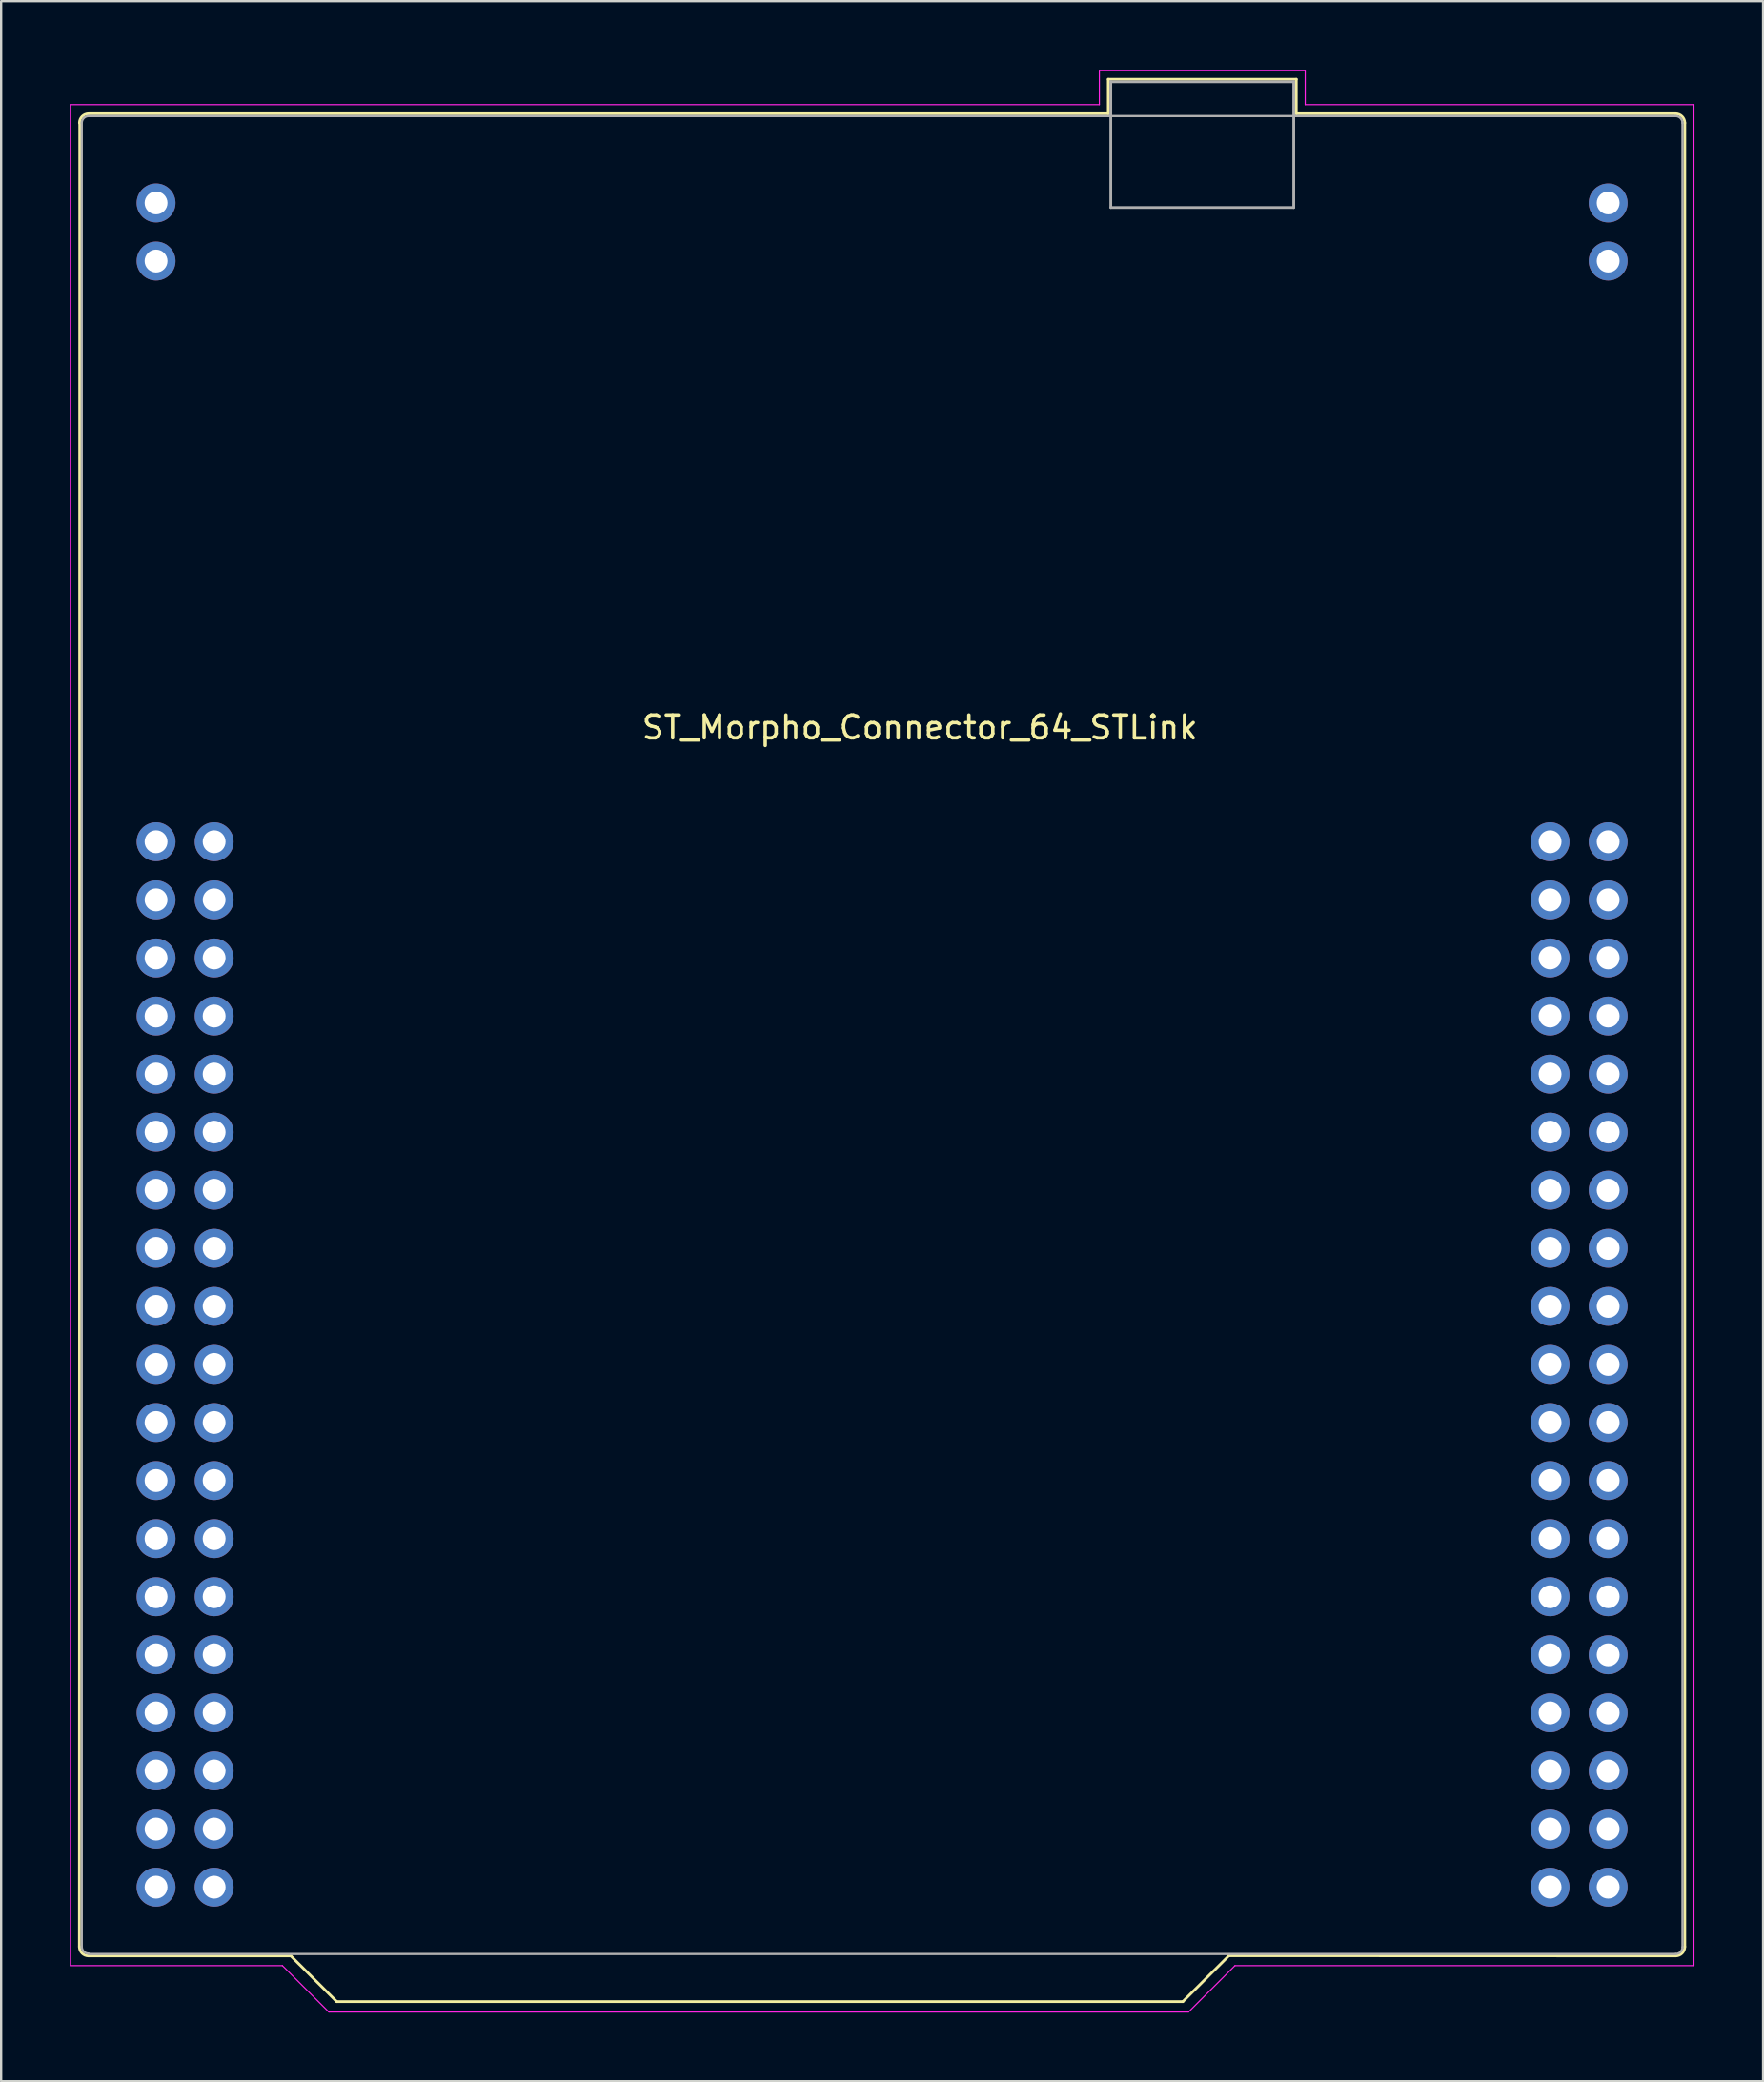
<source format=kicad_pcb>
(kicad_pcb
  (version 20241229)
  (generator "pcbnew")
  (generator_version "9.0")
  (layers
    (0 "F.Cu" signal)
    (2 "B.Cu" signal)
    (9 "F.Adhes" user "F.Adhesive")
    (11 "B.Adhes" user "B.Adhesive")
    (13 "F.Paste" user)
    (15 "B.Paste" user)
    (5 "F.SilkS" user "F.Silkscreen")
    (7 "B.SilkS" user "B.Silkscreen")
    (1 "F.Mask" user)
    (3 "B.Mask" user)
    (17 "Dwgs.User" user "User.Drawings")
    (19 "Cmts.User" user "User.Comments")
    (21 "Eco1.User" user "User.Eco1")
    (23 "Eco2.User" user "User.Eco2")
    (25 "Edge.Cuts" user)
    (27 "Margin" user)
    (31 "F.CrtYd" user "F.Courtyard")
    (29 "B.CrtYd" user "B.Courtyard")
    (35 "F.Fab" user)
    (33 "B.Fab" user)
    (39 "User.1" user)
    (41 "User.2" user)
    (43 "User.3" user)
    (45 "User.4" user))
  (footprint "ST_Morpho_Connector_64_STLink"
    (layer "F.Cu")
    (at 3.775 74.409)
    (property "Reference" "ST_Morpho_Connector_64_STLink" (at 33.401 -45.644 0) (layer "F.SilkS") (effects (font (size 1 1) (thickness 0.15))))
    (attr through_hole)
    (fp_line (start -3.337 -72.084) (end -3.353 7.684) (stroke (width 0.12) (type solid)) (layer "F.SilkS"))
    (fp_line (start -2.953 8.084) (end 5.893 8.084) (stroke (width 0.12) (type solid)) (layer "F.SilkS"))
    (fp_line (start 7.9 10.084) (end 5.893 8.084) (stroke (width 0.12) (type solid)) (layer "F.SilkS"))
    (fp_line (start 7.9 10.084) (end 44.9 10.084) (stroke (width 0.12) (type solid)) (layer "F.SilkS"))
    (fp_line (start 41.64 -73.993) (end 49.86 -73.993) (stroke (width 0.12) (type solid)) (layer "F.SilkS"))
    (fp_line (start 41.64 -72.484) (end -2.95 -72.484) (stroke (width 0.12) (type solid)) (layer "F.SilkS"))
    (fp_line (start 41.64 -72.484) (end 41.64 -73.993) (stroke (width 0.12) (type solid)) (layer "F.SilkS"))
    (fp_line (start 44.9 10.084) (end 46.914 8.077) (stroke (width 0.12) (type solid)) (layer "F.SilkS"))
    (fp_line (start 46.914 8.077) (end 66.45 8.084) (stroke (width 0.12) (type solid)) (layer "F.SilkS"))
    (fp_line (start 49.86 -73.993) (end 49.86 -72.484) (stroke (width 0.12) (type solid)) (layer "F.SilkS"))
    (fp_line (start 49.86 -72.484) (end 66.45 -72.484) (stroke (width 0.12) (type solid)) (layer "F.SilkS"))
    (fp_line (start 66.85 7.684) (end 66.85 -72.084) (stroke (width 0.12) (type solid)) (layer "F.SilkS"))
    (fp_arc (start -3.35 -72.0835) (mid -3.232843 -72.366343) (end -2.95 -72.4835) (stroke (width 0.12) (type solid)) (layer "F.SilkS"))
    (fp_arc (start -2.9528 8.0835) (mid -3.235643 7.966343) (end -3.3528 7.6835) (stroke (width 0.12) (type solid)) (layer "F.SilkS"))
    (fp_arc (start 66.45 -72.4835) (mid 66.732843 -72.366343) (end 66.85 -72.0835) (stroke (width 0.12) (type solid)) (layer "F.SilkS"))
    (fp_arc (start 66.85 7.6835) (mid 66.732843 7.966343) (end 66.45 8.0835) (stroke (width 0.12) (type solid)) (layer "F.SilkS"))
    (fp_line (start -3.75 -72.883) (end -3.747 8.509) (stroke (width 0.05) (type solid)) (layer "F.CrtYd"))
    (fp_line (start -3.747 8.509) (end 5.524 8.509) (stroke (width 0.05) (type solid)) (layer "F.CrtYd"))
    (fp_line (start 5.524 8.509) (end 7.556 10.541) (stroke (width 0.05) (type solid)) (layer "F.CrtYd"))
    (fp_line (start 7.556 10.541) (end 45.148 10.541) (stroke (width 0.05) (type solid)) (layer "F.CrtYd"))
    (fp_line (start 41.25 -74.383) (end 50.25 -74.383) (stroke (width 0.05) (type solid)) (layer "F.CrtYd"))
    (fp_line (start 41.25 -72.883) (end -3.75 -72.883) (stroke (width 0.05) (type solid)) (layer "F.CrtYd"))
    (fp_line (start 41.25 -72.883) (end 41.25 -74.383) (stroke (width 0.05) (type solid)) (layer "F.CrtYd"))
    (fp_line (start 47.181 8.509) (end 45.148 10.541) (stroke (width 0.05) (type solid)) (layer "F.CrtYd"))
    (fp_line (start 50.25 -72.883) (end 50.25 -74.383) (stroke (width 0.05) (type solid)) (layer "F.CrtYd"))
    (fp_line (start 50.25 -72.883) (end 67.25 -72.883) (stroke (width 0.05) (type solid)) (layer "F.CrtYd"))
    (fp_line (start 67.246 8.509) (end 47.181 8.509) (stroke (width 0.05) (type solid)) (layer "F.CrtYd"))
    (fp_line (start 67.25 8.509) (end 67.25 -72.883) (stroke (width 0.05) (type solid)) (layer "F.CrtYd"))
    (fp_line (start -3.25 7.684) (end -3.25 -72.084) (stroke (width 0.1) (type solid)) (layer "F.Fab"))
    (fp_line (start 41.75 -73.883) (end 49.75 -73.883) (stroke (width 0.12) (type solid)) (layer "F.Fab"))
    (fp_line (start 41.75 -68.383) (end 41.75 -73.883) (stroke (width 0.12) (type solid)) (layer "F.Fab"))
    (fp_line (start 41.75 -68.383) (end 49.75 -68.383) (stroke (width 0.12) (type solid)) (layer "F.Fab"))
    (fp_line (start 49.75 -73.883) (end 49.75 -68.383) (stroke (width 0.12) (type solid)) (layer "F.Fab"))
    (fp_line (start 66.45 -72.383) (end -2.95 -72.383) (stroke (width 0.1) (type solid)) (layer "F.Fab"))
    (fp_line (start 66.45 8.001) (end -2.95 8.001) (stroke (width 0.1) (type solid)) (layer "F.Fab"))
    (fp_line (start 66.75 7.701) (end 66.75 -72.084) (stroke (width 0.1) (type solid)) (layer "F.Fab"))
    (fp_arc (start -3.25 -72.0835) (mid -3.162132 -72.295632) (end -2.95 -72.3835) (stroke (width 0.1) (type solid)) (layer "F.Fab"))
    (fp_arc (start -2.95 7.9835) (mid -3.162132 7.895632) (end -3.25 7.6835) (stroke (width 0.1) (type solid)) (layer "F.Fab"))
    (fp_arc (start 66.45 -72.3835) (mid 66.662132 -72.295632) (end 66.75 -72.0835) (stroke (width 0.1) (type solid)) (layer "F.Fab"))
    (fp_arc (start 66.75 7.701) (mid 66.662132 7.913132) (end 66.45 8.001) (stroke (width 0.1) (type solid)) (layer "F.Fab"))
    (pad "1" thru_hole circle (at 0 -40.644) (size 1.7 1.7) (drill 1) (layers "*.Cu" "*.Mask"))
    (pad "2" thru_hole circle (at 2.54 -40.644) (size 1.7 1.7) (drill 1) (layers "*.Cu" "*.Mask"))
    (pad "3" thru_hole circle (at 0 -38.103) (size 1.7 1.7) (drill 1) (layers "*.Cu" "*.Mask"))
    (pad "4" thru_hole circle (at 2.54 -38.103) (size 1.7 1.7) (drill 1) (layers "*.Cu" "*.Mask"))
    (pad "5" thru_hole circle (at 0 -35.563) (size 1.7 1.7) (drill 1) (layers "*.Cu" "*.Mask"))
    (pad "6" thru_hole circle (at 2.54 -35.563) (size 1.7 1.7) (drill 1) (layers "*.Cu" "*.Mask"))
    (pad "7" thru_hole circle (at 0 -33.023) (size 1.7 1.7) (drill 1) (layers "*.Cu" "*.Mask"))
    (pad "8" thru_hole circle (at 2.54 -33.023) (size 1.7 1.7) (drill 1) (layers "*.Cu" "*.Mask"))
    (pad "9" thru_hole circle (at 0 -30.483) (size 1.7 1.7) (drill 1) (layers "*.Cu" "*.Mask"))
    (pad "10" thru_hole circle (at 2.54 -30.483) (size 1.7 1.7) (drill 1) (layers "*.Cu" "*.Mask"))
    (pad "11" thru_hole circle (at 0 -27.944) (size 1.7 1.7) (drill 1) (layers "*.Cu" "*.Mask"))
    (pad "12" thru_hole circle (at 2.54 -27.944) (size 1.7 1.7) (drill 1) (layers "*.Cu" "*.Mask"))
    (pad "13" thru_hole circle (at 0 -25.404) (size 1.7 1.7) (drill 1) (layers "*.Cu" "*.Mask"))
    (pad "14" thru_hole circle (at 2.54 -25.404) (size 1.7 1.7) (drill 1) (layers "*.Cu" "*.Mask"))
    (pad "15" thru_hole circle (at 0 -22.863) (size 1.7 1.7) (drill 1) (layers "*.Cu" "*.Mask"))
    (pad "16" thru_hole circle (at 2.54 -22.863) (size 1.7 1.7) (drill 1) (layers "*.Cu" "*.Mask"))
    (pad "17" thru_hole circle (at 0 -20.323) (size 1.7 1.7) (drill 1) (layers "*.Cu" "*.Mask"))
    (pad "18" thru_hole circle (at 2.54 -20.323) (size 1.7 1.7) (drill 1) (layers "*.Cu" "*.Mask"))
    (pad "19" thru_hole circle (at 0 -17.784) (size 1.7 1.7) (drill 1) (layers "*.Cu" "*.Mask"))
    (pad "20" thru_hole circle (at 2.54 -17.784) (size 1.7 1.7) (drill 1) (layers "*.Cu" "*.Mask"))
    (pad "21" thru_hole circle (at 0 -15.243) (size 1.7 1.7) (drill 1) (layers "*.Cu" "*.Mask"))
    (pad "22" thru_hole circle (at 2.54 -15.243) (size 1.7 1.7) (drill 1) (layers "*.Cu" "*.Mask"))
    (pad "23" thru_hole circle (at 0 -12.704) (size 1.7 1.7) (drill 1) (layers "*.Cu" "*.Mask"))
    (pad "24" thru_hole circle (at 2.54 -12.704) (size 1.7 1.7) (drill 1) (layers "*.Cu" "*.Mask"))
    (pad "25" thru_hole circle (at 0 -10.164) (size 1.7 1.7) (drill 1) (layers "*.Cu" "*.Mask"))
    (pad "26" thru_hole circle (at 2.54 -10.164) (size 1.7 1.7) (drill 1) (layers "*.Cu" "*.Mask"))
    (pad "27" thru_hole circle (at 0 -7.623) (size 1.7 1.7) (drill 1) (layers "*.Cu" "*.Mask"))
    (pad "28" thru_hole circle (at 2.54 -7.623) (size 1.7 1.7) (drill 1) (layers "*.Cu" "*.Mask"))
    (pad "29" thru_hole circle (at 0 -5.083) (size 1.7 1.7) (drill 1) (layers "*.Cu" "*.Mask"))
    (pad "30" thru_hole circle (at 2.54 -5.083) (size 1.7 1.7) (drill 1) (layers "*.Cu" "*.Mask"))
    (pad "31" thru_hole circle (at 0 -2.543) (size 1.7 1.7) (drill 1) (layers "*.Cu" "*.Mask"))
    (pad "32" thru_hole circle (at 2.54 -2.543) (size 1.7 1.7) (drill 1) (layers "*.Cu" "*.Mask"))
    (pad "33" thru_hole circle (at 0 -0.004) (size 1.7 1.7) (drill 1) (layers "*.Cu" "*.Mask"))
    (pad "34" thru_hole circle (at 2.54 -0.004) (size 1.7 1.7) (drill 1) (layers "*.Cu" "*.Mask"))
    (pad "35" thru_hole circle (at 0 2.537) (size 1.7 1.7) (drill 1) (layers "*.Cu" "*.Mask"))
    (pad "36" thru_hole circle (at 2.54 2.537) (size 1.7 1.7) (drill 1) (layers "*.Cu" "*.Mask"))
    (pad "37" thru_hole circle (at 0 5.077) (size 1.7 1.7) (drill 1) (layers "*.Cu" "*.Mask"))
    (pad "38" thru_hole circle (at 2.54 5.077) (size 1.7 1.7) (drill 1) (layers "*.Cu" "*.Mask"))
    (pad "39" thru_hole circle (at 60.96 -40.644) (size 1.7 1.7) (drill 1) (layers "*.Cu" "*.Mask"))
    (pad "40" thru_hole circle (at 63.5 -40.644) (size 1.7 1.7) (drill 1) (layers "*.Cu" "*.Mask"))
    (pad "41" thru_hole circle (at 60.96 -38.103) (size 1.7 1.7) (drill 1) (layers "*.Cu" "*.Mask"))
    (pad "42" thru_hole circle (at 63.5 -38.103) (size 1.7 1.7) (drill 1) (layers "*.Cu" "*.Mask"))
    (pad "43" thru_hole circle (at 60.96 -35.563) (size 1.7 1.7) (drill 1) (layers "*.Cu" "*.Mask"))
    (pad "44" thru_hole circle (at 63.5 -35.563) (size 1.7 1.7) (drill 1) (layers "*.Cu" "*.Mask"))
    (pad "45" thru_hole circle (at 60.96 -33.023) (size 1.7 1.7) (drill 1) (layers "*.Cu" "*.Mask"))
    (pad "46" thru_hole circle (at 63.5 -33.023) (size 1.7 1.7) (drill 1) (layers "*.Cu" "*.Mask"))
    (pad "47" thru_hole circle (at 60.96 -30.483) (size 1.7 1.7) (drill 1) (layers "*.Cu" "*.Mask"))
    (pad "48" thru_hole circle (at 63.5 -30.483) (size 1.7 1.7) (drill 1) (layers "*.Cu" "*.Mask"))
    (pad "49" thru_hole circle (at 60.96 -27.944) (size 1.7 1.7) (drill 1) (layers "*.Cu" "*.Mask"))
    (pad "50" thru_hole circle (at 63.5 -27.944) (size 1.7 1.7) (drill 1) (layers "*.Cu" "*.Mask"))
    (pad "51" thru_hole circle (at 60.96 -25.404) (size 1.7 1.7) (drill 1) (layers "*.Cu" "*.Mask"))
    (pad "52" thru_hole circle (at 63.5 -25.404) (size 1.7 1.7) (drill 1) (layers "*.Cu" "*.Mask"))
    (pad "53" thru_hole circle (at 60.96 -22.863) (size 1.7 1.7) (drill 1) (layers "*.Cu" "*.Mask"))
    (pad "54" thru_hole circle (at 63.5 -22.863) (size 1.7 1.7) (drill 1) (layers "*.Cu" "*.Mask"))
    (pad "55" thru_hole circle (at 60.96 -20.323) (size 1.7 1.7) (drill 1) (layers "*.Cu" "*.Mask"))
    (pad "56" thru_hole circle (at 63.5 -20.323) (size 1.7 1.7) (drill 1) (layers "*.Cu" "*.Mask"))
    (pad "57" thru_hole circle (at 60.96 -17.784) (size 1.7 1.7) (drill 1) (layers "*.Cu" "*.Mask"))
    (pad "58" thru_hole circle (at 63.5 -17.784) (size 1.7 1.7) (drill 1) (layers "*.Cu" "*.Mask"))
    (pad "59" thru_hole circle (at 60.96 -15.243) (size 1.7 1.7) (drill 1) (layers "*.Cu" "*.Mask"))
    (pad "60" thru_hole circle (at 63.5 -15.243) (size 1.7 1.7) (drill 1) (layers "*.Cu" "*.Mask"))
    (pad "61" thru_hole circle (at 60.96 -12.704) (size 1.7 1.7) (drill 1) (layers "*.Cu" "*.Mask"))
    (pad "62" thru_hole circle (at 63.5 -12.704) (size 1.7 1.7) (drill 1) (layers "*.Cu" "*.Mask"))
    (pad "63" thru_hole circle (at 60.96 -10.164) (size 1.7 1.7) (drill 1) (layers "*.Cu" "*.Mask"))
    (pad "64" thru_hole circle (at 63.5 -10.164) (size 1.7 1.7) (drill 1) (layers "*.Cu" "*.Mask"))
    (pad "65" thru_hole circle (at 60.96 -7.623) (size 1.7 1.7) (drill 1) (layers "*.Cu" "*.Mask"))
    (pad "66" thru_hole circle (at 63.5 -7.623) (size 1.7 1.7) (drill 1) (layers "*.Cu" "*.Mask"))
    (pad "67" thru_hole circle (at 60.96 -5.083) (size 1.7 1.7) (drill 1) (layers "*.Cu" "*.Mask"))
    (pad "68" thru_hole circle (at 63.5 -5.083) (size 1.7 1.7) (drill 1) (layers "*.Cu" "*.Mask"))
    (pad "69" thru_hole circle (at 60.96 -2.543) (size 1.7 1.7) (drill 1) (layers "*.Cu" "*.Mask"))
    (pad "70" thru_hole circle (at 63.5 -2.543) (size 1.7 1.7) (drill 1) (layers "*.Cu" "*.Mask"))
    (pad "71" thru_hole circle (at 60.96 -0.004) (size 1.7 1.7) (drill 1) (layers "*.Cu" "*.Mask"))
    (pad "72" thru_hole circle (at 63.5 -0.004) (size 1.7 1.7) (drill 1) (layers "*.Cu" "*.Mask"))
    (pad "73" thru_hole circle (at 60.96 2.537) (size 1.7 1.7) (drill 1) (layers "*.Cu" "*.Mask"))
    (pad "74" thru_hole circle (at 63.5 2.537) (size 1.7 1.7) (drill 1) (layers "*.Cu" "*.Mask"))
    (pad "75" thru_hole circle (at 60.96 5.077) (size 1.7 1.7) (drill 1) (layers "*.Cu" "*.Mask"))
    (pad "76" thru_hole circle (at 63.5 5.077) (size 1.7 1.7) (drill 1) (layers "*.Cu" "*.Mask"))
    (pad "77" thru_hole circle (at 0 -68.584) (size 1.7 1.7) (drill 1) (layers "*.Cu" "*.Mask"))
    (pad "78" thru_hole circle (at 0 -66.043) (size 1.7 1.7) (drill 1) (layers "*.Cu" "*.Mask"))
    (pad "79" thru_hole circle (at 63.5 -68.584) (size 1.7 1.7) (drill 1) (layers "*.Cu" "*.Mask"))
    (pad "80" thru_hole circle (at 63.5 -66.043) (size 1.7 1.7) (drill 1) (layers "*.Cu" "*.Mask")))
  (gr_rect
    (start -3 -3)
    (end 74.05 87.975)
    (stroke (width 0.1) (type default))
    (fill no)
    (layer "Edge.Cuts")))
</source>
